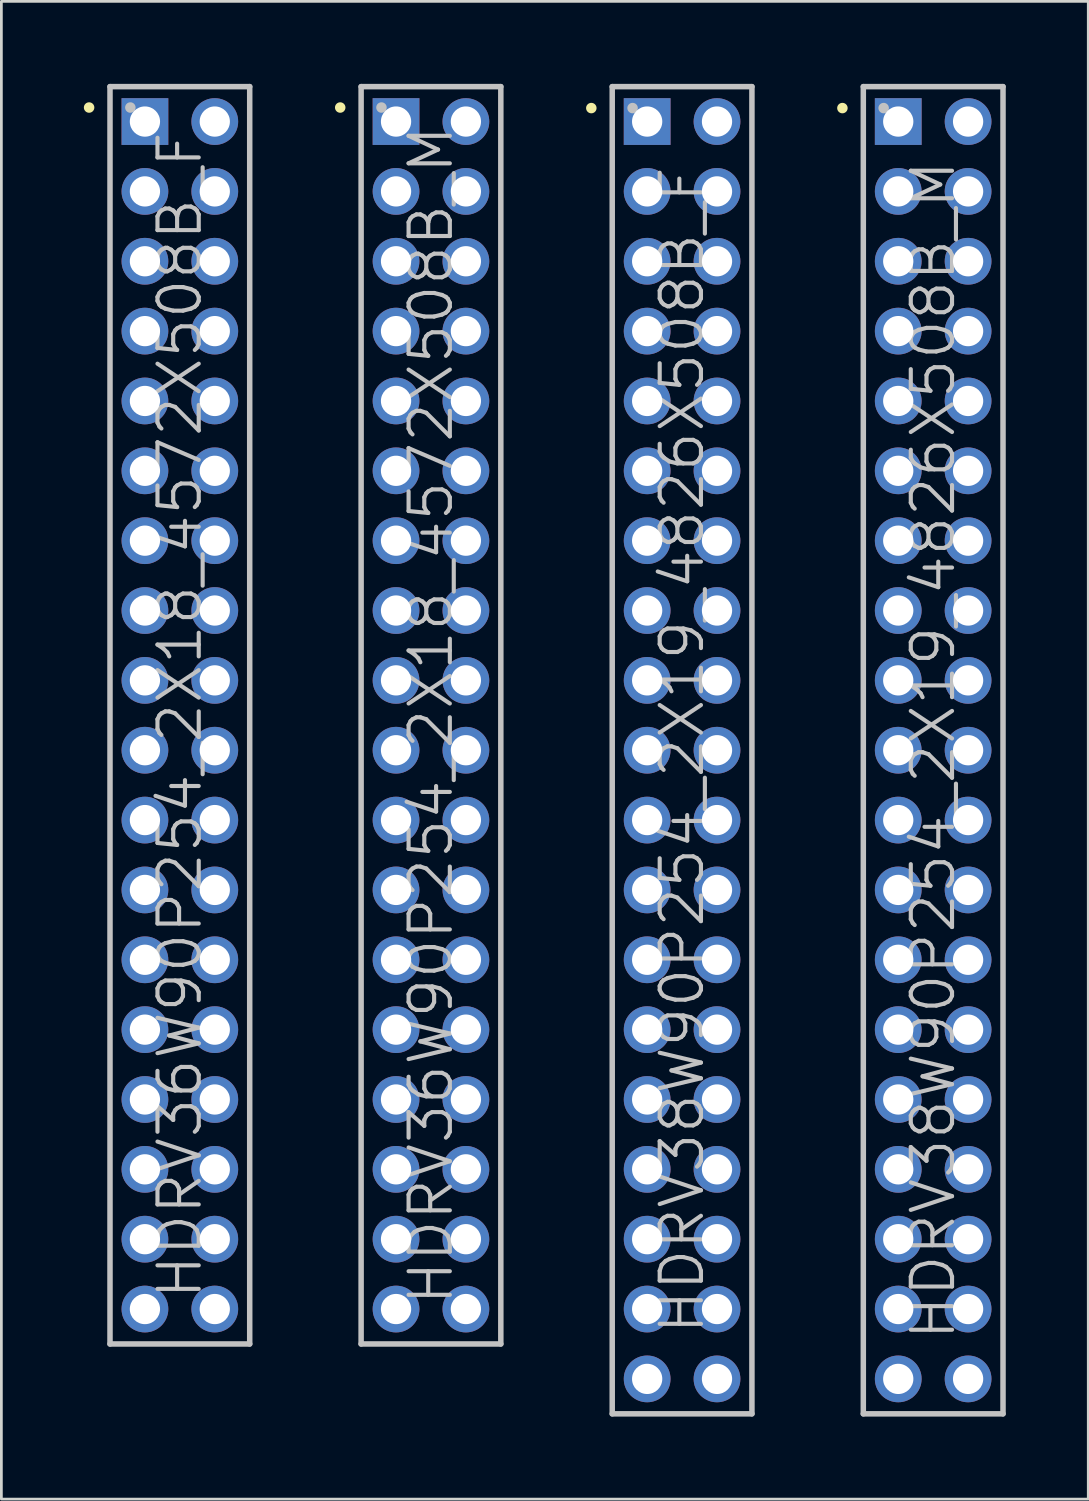
<source format=kicad_pcb>
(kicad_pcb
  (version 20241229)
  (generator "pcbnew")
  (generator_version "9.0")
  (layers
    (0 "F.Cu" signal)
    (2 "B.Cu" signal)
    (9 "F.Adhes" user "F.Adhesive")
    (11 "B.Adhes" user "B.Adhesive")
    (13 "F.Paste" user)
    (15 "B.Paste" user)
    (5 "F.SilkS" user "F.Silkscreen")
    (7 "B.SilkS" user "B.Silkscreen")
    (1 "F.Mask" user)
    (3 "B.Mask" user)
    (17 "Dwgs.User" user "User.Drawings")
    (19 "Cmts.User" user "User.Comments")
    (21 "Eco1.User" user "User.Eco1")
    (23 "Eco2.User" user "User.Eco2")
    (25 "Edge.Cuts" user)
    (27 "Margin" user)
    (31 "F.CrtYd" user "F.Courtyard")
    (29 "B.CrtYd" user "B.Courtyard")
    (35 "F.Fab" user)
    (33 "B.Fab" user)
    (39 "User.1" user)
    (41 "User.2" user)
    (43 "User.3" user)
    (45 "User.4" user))
  (footprint "HDRV36W90P254_2X18_4572X508B_M"
    (layer "F.Cu")
    (at 12.621 22.96)
    (property "Reference" "HDRV36W90P254_2X18_4572X508B_M" (at 0 0 90) (layer "Dwgs.User") (effects (font (size 1.5 1.5) (thickness 0.15))))
    (attr through_hole)
    (fp_line (start -3.3 -22.1) (end -3.3 -22.1) (stroke (width 0.381) (type solid)) (layer "F.SilkS"))
    (fp_line (start -2.54 -22.86) (end -2.54 22.86) (stroke (width 0.2) (type solid)) (layer "Dwgs.User"))
    (fp_line (start -2.54 -22.86) (end 2.54 -22.86) (stroke (width 0.2) (type solid)) (layer "Dwgs.User"))
    (fp_line (start -2.54 22.86) (end 2.54 22.86) (stroke (width 0.2) (type solid)) (layer "Dwgs.User"))
    (fp_line (start -1.8 -22.1) (end -1.8 -22.1) (stroke (width 0.381) (type solid)) (layer "Dwgs.User"))
    (fp_line (start 2.54 -22.86) (end 2.54 22.86) (stroke (width 0.2) (type solid)) (layer "Dwgs.User"))
    (pad "1" thru_hole rect (at -1.27 -21.59) (size 1.7 1.7) (drill 1.1) (layers "*.Cu" "*.Mask"))
    (pad "2" thru_hole circle (at 1.27 -21.59 270) (size 1.7 1.7) (drill 1.1) (layers "*.Cu" "*.Mask"))
    (pad "3" thru_hole circle (at -1.27 -19.05 270) (size 1.7 1.7) (drill 1.1) (layers "*.Cu" "*.Mask"))
    (pad "4" thru_hole circle (at 1.27 -19.05 270) (size 1.7 1.7) (drill 1.1) (layers "*.Cu" "*.Mask"))
    (pad "5" thru_hole circle (at -1.27 -16.51 270) (size 1.7 1.7) (drill 1.1) (layers "*.Cu" "*.Mask"))
    (pad "6" thru_hole circle (at 1.27 -16.51 270) (size 1.7 1.7) (drill 1.1) (layers "*.Cu" "*.Mask"))
    (pad "7" thru_hole circle (at -1.27 -13.97 270) (size 1.7 1.7) (drill 1.1) (layers "*.Cu" "*.Mask"))
    (pad "8" thru_hole circle (at 1.27 -13.97 270) (size 1.7 1.7) (drill 1.1) (layers "*.Cu" "*.Mask"))
    (pad "9" thru_hole circle (at -1.27 -11.43 270) (size 1.7 1.7) (drill 1.1) (layers "*.Cu" "*.Mask"))
    (pad "10" thru_hole circle (at 1.27 -11.43 270) (size 1.7 1.7) (drill 1.1) (layers "*.Cu" "*.Mask"))
    (pad "11" thru_hole circle (at -1.27 -8.89 270) (size 1.7 1.7) (drill 1.1) (layers "*.Cu" "*.Mask"))
    (pad "12" thru_hole circle (at 1.27 -8.89 270) (size 1.7 1.7) (drill 1.1) (layers "*.Cu" "*.Mask"))
    (pad "13" thru_hole circle (at -1.27 -6.35 270) (size 1.7 1.7) (drill 1.1) (layers "*.Cu" "*.Mask"))
    (pad "14" thru_hole circle (at 1.27 -6.35 270) (size 1.7 1.7) (drill 1.1) (layers "*.Cu" "*.Mask"))
    (pad "15" thru_hole circle (at -1.27 -3.81 270) (size 1.7 1.7) (drill 1.1) (layers "*.Cu" "*.Mask"))
    (pad "16" thru_hole circle (at 1.27 -3.81 270) (size 1.7 1.7) (drill 1.1) (layers "*.Cu" "*.Mask"))
    (pad "17" thru_hole circle (at -1.27 -1.27 270) (size 1.7 1.7) (drill 1.1) (layers "*.Cu" "*.Mask"))
    (pad "18" thru_hole circle (at 1.27 -1.27 270) (size 1.7 1.7) (drill 1.1) (layers "*.Cu" "*.Mask"))
    (pad "19" thru_hole circle (at -1.27 1.27 270) (size 1.7 1.7) (drill 1.1) (layers "*.Cu" "*.Mask"))
    (pad "20" thru_hole circle (at 1.27 1.27 270) (size 1.7 1.7) (drill 1.1) (layers "*.Cu" "*.Mask"))
    (pad "21" thru_hole circle (at -1.27 3.81 270) (size 1.7 1.7) (drill 1.1) (layers "*.Cu" "*.Mask"))
    (pad "22" thru_hole circle (at 1.27 3.81 270) (size 1.7 1.7) (drill 1.1) (layers "*.Cu" "*.Mask"))
    (pad "23" thru_hole circle (at -1.27 6.35 270) (size 1.7 1.7) (drill 1.1) (layers "*.Cu" "*.Mask"))
    (pad "24" thru_hole circle (at 1.27 6.35 270) (size 1.7 1.7) (drill 1.1) (layers "*.Cu" "*.Mask"))
    (pad "25" thru_hole circle (at -1.27 8.89 270) (size 1.7 1.7) (drill 1.1) (layers "*.Cu" "*.Mask"))
    (pad "26" thru_hole circle (at 1.27 8.89 270) (size 1.7 1.7) (drill 1.1) (layers "*.Cu" "*.Mask"))
    (pad "27" thru_hole circle (at -1.27 11.43 270) (size 1.7 1.7) (drill 1.1) (layers "*.Cu" "*.Mask"))
    (pad "28" thru_hole circle (at 1.27 11.43 270) (size 1.7 1.7) (drill 1.1) (layers "*.Cu" "*.Mask"))
    (pad "29" thru_hole circle (at -1.27 13.97 270) (size 1.7 1.7) (drill 1.1) (layers "*.Cu" "*.Mask"))
    (pad "30" thru_hole circle (at 1.27 13.97 270) (size 1.7 1.7) (drill 1.1) (layers "*.Cu" "*.Mask"))
    (pad "31" thru_hole circle (at -1.27 16.51 270) (size 1.7 1.7) (drill 1.1) (layers "*.Cu" "*.Mask"))
    (pad "32" thru_hole circle (at 1.27 16.51 270) (size 1.7 1.7) (drill 1.1) (layers "*.Cu" "*.Mask"))
    (pad "33" thru_hole circle (at -1.27 19.05 270) (size 1.7 1.7) (drill 1.1) (layers "*.Cu" "*.Mask"))
    (pad "34" thru_hole circle (at 1.27 19.05 270) (size 1.7 1.7) (drill 1.1) (layers "*.Cu" "*.Mask"))
    (pad "35" thru_hole circle (at -1.27 21.59 270) (size 1.7 1.7) (drill 1.1) (layers "*.Cu" "*.Mask"))
    (pad "36" thru_hole circle (at 1.27 21.59 270) (size 1.7 1.7) (drill 1.1) (layers "*.Cu" "*.Mask")))
  (footprint "HDRV36W90P254_2X18_4572X508B_F"
    (layer "F.Cu")
    (at 3.49 22.96)
    (property "Reference" "HDRV36W90P254_2X18_4572X508B_F" (at 0 0 90) (layer "Dwgs.User") (effects (font (size 1.5 1.5) (thickness 0.15))))
    (attr through_hole)
    (fp_line (start -3.3 -22.1) (end -3.3 -22.1) (stroke (width 0.381) (type solid)) (layer "F.SilkS"))
    (fp_line (start -2.54 -22.86) (end -2.54 22.86) (stroke (width 0.2) (type solid)) (layer "Dwgs.User"))
    (fp_line (start -2.54 -22.86) (end 2.54 -22.86) (stroke (width 0.2) (type solid)) (layer "Dwgs.User"))
    (fp_line (start -2.54 22.86) (end 2.54 22.86) (stroke (width 0.2) (type solid)) (layer "Dwgs.User"))
    (fp_line (start -1.8 -22.1) (end -1.8 -22.1) (stroke (width 0.381) (type solid)) (layer "Dwgs.User"))
    (fp_line (start 2.54 -22.86) (end 2.54 22.86) (stroke (width 0.2) (type solid)) (layer "Dwgs.User"))
    (pad "1" thru_hole rect (at -1.27 -21.59) (size 1.7 1.7) (drill 1.1) (layers "*.Cu" "*.Mask"))
    (pad "2" thru_hole circle (at 1.27 -21.59 270) (size 1.7 1.7) (drill 1.1) (layers "*.Cu" "*.Mask"))
    (pad "3" thru_hole circle (at -1.27 -19.05 270) (size 1.7 1.7) (drill 1.1) (layers "*.Cu" "*.Mask"))
    (pad "4" thru_hole circle (at 1.27 -19.05 270) (size 1.7 1.7) (drill 1.1) (layers "*.Cu" "*.Mask"))
    (pad "5" thru_hole circle (at -1.27 -16.51 270) (size 1.7 1.7) (drill 1.1) (layers "*.Cu" "*.Mask"))
    (pad "6" thru_hole circle (at 1.27 -16.51 270) (size 1.7 1.7) (drill 1.1) (layers "*.Cu" "*.Mask"))
    (pad "7" thru_hole circle (at -1.27 -13.97 270) (size 1.7 1.7) (drill 1.1) (layers "*.Cu" "*.Mask"))
    (pad "8" thru_hole circle (at 1.27 -13.97 270) (size 1.7 1.7) (drill 1.1) (layers "*.Cu" "*.Mask"))
    (pad "9" thru_hole circle (at -1.27 -11.43 270) (size 1.7 1.7) (drill 1.1) (layers "*.Cu" "*.Mask"))
    (pad "10" thru_hole circle (at 1.27 -11.43 270) (size 1.7 1.7) (drill 1.1) (layers "*.Cu" "*.Mask"))
    (pad "11" thru_hole circle (at -1.27 -8.89 270) (size 1.7 1.7) (drill 1.1) (layers "*.Cu" "*.Mask"))
    (pad "12" thru_hole circle (at 1.27 -8.89 270) (size 1.7 1.7) (drill 1.1) (layers "*.Cu" "*.Mask"))
    (pad "13" thru_hole circle (at -1.27 -6.35 270) (size 1.7 1.7) (drill 1.1) (layers "*.Cu" "*.Mask"))
    (pad "14" thru_hole circle (at 1.27 -6.35 270) (size 1.7 1.7) (drill 1.1) (layers "*.Cu" "*.Mask"))
    (pad "15" thru_hole circle (at -1.27 -3.81 270) (size 1.7 1.7) (drill 1.1) (layers "*.Cu" "*.Mask"))
    (pad "16" thru_hole circle (at 1.27 -3.81 270) (size 1.7 1.7) (drill 1.1) (layers "*.Cu" "*.Mask"))
    (pad "17" thru_hole circle (at -1.27 -1.27 270) (size 1.7 1.7) (drill 1.1) (layers "*.Cu" "*.Mask"))
    (pad "18" thru_hole circle (at 1.27 -1.27 270) (size 1.7 1.7) (drill 1.1) (layers "*.Cu" "*.Mask"))
    (pad "19" thru_hole circle (at -1.27 1.27 270) (size 1.7 1.7) (drill 1.1) (layers "*.Cu" "*.Mask"))
    (pad "20" thru_hole circle (at 1.27 1.27 270) (size 1.7 1.7) (drill 1.1) (layers "*.Cu" "*.Mask"))
    (pad "21" thru_hole circle (at -1.27 3.81 270) (size 1.7 1.7) (drill 1.1) (layers "*.Cu" "*.Mask"))
    (pad "22" thru_hole circle (at 1.27 3.81 270) (size 1.7 1.7) (drill 1.1) (layers "*.Cu" "*.Mask"))
    (pad "23" thru_hole circle (at -1.27 6.35 270) (size 1.7 1.7) (drill 1.1) (layers "*.Cu" "*.Mask"))
    (pad "24" thru_hole circle (at 1.27 6.35 270) (size 1.7 1.7) (drill 1.1) (layers "*.Cu" "*.Mask"))
    (pad "25" thru_hole circle (at -1.27 8.89 270) (size 1.7 1.7) (drill 1.1) (layers "*.Cu" "*.Mask"))
    (pad "26" thru_hole circle (at 1.27 8.89 270) (size 1.7 1.7) (drill 1.1) (layers "*.Cu" "*.Mask"))
    (pad "27" thru_hole circle (at -1.27 11.43 270) (size 1.7 1.7) (drill 1.1) (layers "*.Cu" "*.Mask"))
    (pad "28" thru_hole circle (at 1.27 11.43 270) (size 1.7 1.7) (drill 1.1) (layers "*.Cu" "*.Mask"))
    (pad "29" thru_hole circle (at -1.27 13.97 270) (size 1.7 1.7) (drill 1.1) (layers "*.Cu" "*.Mask"))
    (pad "30" thru_hole circle (at 1.27 13.97 270) (size 1.7 1.7) (drill 1.1) (layers "*.Cu" "*.Mask"))
    (pad "31" thru_hole circle (at -1.27 16.51 270) (size 1.7 1.7) (drill 1.1) (layers "*.Cu" "*.Mask"))
    (pad "32" thru_hole circle (at 1.27 16.51 270) (size 1.7 1.7) (drill 1.1) (layers "*.Cu" "*.Mask"))
    (pad "33" thru_hole circle (at -1.27 19.05 270) (size 1.7 1.7) (drill 1.1) (layers "*.Cu" "*.Mask"))
    (pad "34" thru_hole circle (at 1.27 19.05 270) (size 1.7 1.7) (drill 1.1) (layers "*.Cu" "*.Mask"))
    (pad "35" thru_hole circle (at -1.27 21.59 270) (size 1.7 1.7) (drill 1.1) (layers "*.Cu" "*.Mask"))
    (pad "36" thru_hole circle (at 1.27 21.59 270) (size 1.7 1.7) (drill 1.1) (layers "*.Cu" "*.Mask")))
  (footprint "HDRV38W90P254_2X19_4826X508B_M"
    (layer "F.Cu")
    (at 30.882 24.23)
    (property "Reference" "HDRV38W90P254_2X19_4826X508B_M" (at 0 0 90) (layer "Dwgs.User") (effects (font (size 1.5 1.5) (thickness 0.15))))
    (attr through_hole)
    (fp_line (start -3.3 -23.35) (end -3.3 -23.35) (stroke (width 0.381) (type solid)) (layer "F.SilkS"))
    (fp_line (start -2.54 -24.13) (end -2.54 24.13) (stroke (width 0.2) (type solid)) (layer "Dwgs.User"))
    (fp_line (start -2.54 -24.13) (end 2.54 -24.13) (stroke (width 0.2) (type solid)) (layer "Dwgs.User"))
    (fp_line (start -2.54 24.13) (end 2.54 24.13) (stroke (width 0.2) (type solid)) (layer "Dwgs.User"))
    (fp_line (start -1.8 -23.35) (end -1.8 -23.35) (stroke (width 0.381) (type solid)) (layer "Dwgs.User"))
    (fp_line (start 2.54 -24.13) (end 2.54 24.13) (stroke (width 0.2) (type solid)) (layer "Dwgs.User"))
    (pad "1" thru_hole rect (at -1.27 -22.86) (size 1.7 1.7) (drill 1.1) (layers "*.Cu" "*.Mask"))
    (pad "2" thru_hole circle (at 1.27 -22.86 270) (size 1.7 1.7) (drill 1.1) (layers "*.Cu" "*.Mask"))
    (pad "3" thru_hole circle (at -1.27 -20.32 270) (size 1.7 1.7) (drill 1.1) (layers "*.Cu" "*.Mask"))
    (pad "4" thru_hole circle (at 1.27 -20.32 270) (size 1.7 1.7) (drill 1.1) (layers "*.Cu" "*.Mask"))
    (pad "5" thru_hole circle (at -1.27 -17.78 270) (size 1.7 1.7) (drill 1.1) (layers "*.Cu" "*.Mask"))
    (pad "6" thru_hole circle (at 1.27 -17.78 270) (size 1.7 1.7) (drill 1.1) (layers "*.Cu" "*.Mask"))
    (pad "7" thru_hole circle (at -1.27 -15.24 270) (size 1.7 1.7) (drill 1.1) (layers "*.Cu" "*.Mask"))
    (pad "8" thru_hole circle (at 1.27 -15.24 270) (size 1.7 1.7) (drill 1.1) (layers "*.Cu" "*.Mask"))
    (pad "9" thru_hole circle (at -1.27 -12.7 270) (size 1.7 1.7) (drill 1.1) (layers "*.Cu" "*.Mask"))
    (pad "10" thru_hole circle (at 1.27 -12.7 270) (size 1.7 1.7) (drill 1.1) (layers "*.Cu" "*.Mask"))
    (pad "11" thru_hole circle (at -1.27 -10.16 270) (size 1.7 1.7) (drill 1.1) (layers "*.Cu" "*.Mask"))
    (pad "12" thru_hole circle (at 1.27 -10.16 270) (size 1.7 1.7) (drill 1.1) (layers "*.Cu" "*.Mask"))
    (pad "13" thru_hole circle (at -1.27 -7.62 270) (size 1.7 1.7) (drill 1.1) (layers "*.Cu" "*.Mask"))
    (pad "14" thru_hole circle (at 1.27 -7.62 270) (size 1.7 1.7) (drill 1.1) (layers "*.Cu" "*.Mask"))
    (pad "15" thru_hole circle (at -1.27 -5.08 270) (size 1.7 1.7) (drill 1.1) (layers "*.Cu" "*.Mask"))
    (pad "16" thru_hole circle (at 1.27 -5.08 270) (size 1.7 1.7) (drill 1.1) (layers "*.Cu" "*.Mask"))
    (pad "17" thru_hole circle (at -1.27 -2.54 270) (size 1.7 1.7) (drill 1.1) (layers "*.Cu" "*.Mask"))
    (pad "18" thru_hole circle (at 1.27 -2.54 270) (size 1.7 1.7) (drill 1.1) (layers "*.Cu" "*.Mask"))
    (pad "19" thru_hole circle (at -1.27 0 270) (size 1.7 1.7) (drill 1.1) (layers "*.Cu" "*.Mask"))
    (pad "20" thru_hole circle (at 1.27 0 270) (size 1.7 1.7) (drill 1.1) (layers "*.Cu" "*.Mask"))
    (pad "21" thru_hole circle (at -1.27 2.54 270) (size 1.7 1.7) (drill 1.1) (layers "*.Cu" "*.Mask"))
    (pad "22" thru_hole circle (at 1.27 2.54 270) (size 1.7 1.7) (drill 1.1) (layers "*.Cu" "*.Mask"))
    (pad "23" thru_hole circle (at -1.27 5.08 270) (size 1.7 1.7) (drill 1.1) (layers "*.Cu" "*.Mask"))
    (pad "24" thru_hole circle (at 1.27 5.08 270) (size 1.7 1.7) (drill 1.1) (layers "*.Cu" "*.Mask"))
    (pad "25" thru_hole circle (at -1.27 7.62 270) (size 1.7 1.7) (drill 1.1) (layers "*.Cu" "*.Mask"))
    (pad "26" thru_hole circle (at 1.27 7.62 270) (size 1.7 1.7) (drill 1.1) (layers "*.Cu" "*.Mask"))
    (pad "27" thru_hole circle (at -1.27 10.16 270) (size 1.7 1.7) (drill 1.1) (layers "*.Cu" "*.Mask"))
    (pad "28" thru_hole circle (at 1.27 10.16 270) (size 1.7 1.7) (drill 1.1) (layers "*.Cu" "*.Mask"))
    (pad "29" thru_hole circle (at -1.27 12.7 270) (size 1.7 1.7) (drill 1.1) (layers "*.Cu" "*.Mask"))
    (pad "30" thru_hole circle (at 1.27 12.7 270) (size 1.7 1.7) (drill 1.1) (layers "*.Cu" "*.Mask"))
    (pad "31" thru_hole circle (at -1.27 15.24 270) (size 1.7 1.7) (drill 1.1) (layers "*.Cu" "*.Mask"))
    (pad "32" thru_hole circle (at 1.27 15.24 270) (size 1.7 1.7) (drill 1.1) (layers "*.Cu" "*.Mask"))
    (pad "33" thru_hole circle (at -1.27 17.78 270) (size 1.7 1.7) (drill 1.1) (layers "*.Cu" "*.Mask"))
    (pad "34" thru_hole circle (at 1.27 17.78 270) (size 1.7 1.7) (drill 1.1) (layers "*.Cu" "*.Mask"))
    (pad "35" thru_hole circle (at -1.27 20.32 270) (size 1.7 1.7) (drill 1.1) (layers "*.Cu" "*.Mask"))
    (pad "36" thru_hole circle (at 1.27 20.32 270) (size 1.7 1.7) (drill 1.1) (layers "*.Cu" "*.Mask"))
    (pad "37" thru_hole circle (at -1.27 22.86 270) (size 1.7 1.7) (drill 1.1) (layers "*.Cu" "*.Mask"))
    (pad "38" thru_hole circle (at 1.27 22.86 270) (size 1.7 1.7) (drill 1.1) (layers "*.Cu" "*.Mask")))
  (footprint "HDRV38W90P254_2X19_4826X508B_F"
    (layer "F.Cu")
    (at 21.752 24.23)
    (property "Reference" "HDRV38W90P254_2X19_4826X508B_F" (at 0 0 90) (layer "Dwgs.User") (effects (font (size 1.5 1.5) (thickness 0.15))))
    (attr through_hole)
    (fp_line (start -3.3 -23.35) (end -3.3 -23.35) (stroke (width 0.381) (type solid)) (layer "F.SilkS"))
    (fp_line (start -2.54 -24.13) (end -2.54 24.13) (stroke (width 0.2) (type solid)) (layer "Dwgs.User"))
    (fp_line (start -2.54 -24.13) (end 2.54 -24.13) (stroke (width 0.2) (type solid)) (layer "Dwgs.User"))
    (fp_line (start -2.54 24.13) (end 2.54 24.13) (stroke (width 0.2) (type solid)) (layer "Dwgs.User"))
    (fp_line (start -1.8 -23.35) (end -1.8 -23.35) (stroke (width 0.381) (type solid)) (layer "Dwgs.User"))
    (fp_line (start 2.54 -24.13) (end 2.54 24.13) (stroke (width 0.2) (type solid)) (layer "Dwgs.User"))
    (pad "1" thru_hole rect (at -1.27 -22.86) (size 1.7 1.7) (drill 1.1) (layers "*.Cu" "*.Mask"))
    (pad "2" thru_hole circle (at 1.27 -22.86 270) (size 1.7 1.7) (drill 1.1) (layers "*.Cu" "*.Mask"))
    (pad "3" thru_hole circle (at -1.27 -20.32 270) (size 1.7 1.7) (drill 1.1) (layers "*.Cu" "*.Mask"))
    (pad "4" thru_hole circle (at 1.27 -20.32 270) (size 1.7 1.7) (drill 1.1) (layers "*.Cu" "*.Mask"))
    (pad "5" thru_hole circle (at -1.27 -17.78 270) (size 1.7 1.7) (drill 1.1) (layers "*.Cu" "*.Mask"))
    (pad "6" thru_hole circle (at 1.27 -17.78 270) (size 1.7 1.7) (drill 1.1) (layers "*.Cu" "*.Mask"))
    (pad "7" thru_hole circle (at -1.27 -15.24 270) (size 1.7 1.7) (drill 1.1) (layers "*.Cu" "*.Mask"))
    (pad "8" thru_hole circle (at 1.27 -15.24 270) (size 1.7 1.7) (drill 1.1) (layers "*.Cu" "*.Mask"))
    (pad "9" thru_hole circle (at -1.27 -12.7 270) (size 1.7 1.7) (drill 1.1) (layers "*.Cu" "*.Mask"))
    (pad "10" thru_hole circle (at 1.27 -12.7 270) (size 1.7 1.7) (drill 1.1) (layers "*.Cu" "*.Mask"))
    (pad "11" thru_hole circle (at -1.27 -10.16 270) (size 1.7 1.7) (drill 1.1) (layers "*.Cu" "*.Mask"))
    (pad "12" thru_hole circle (at 1.27 -10.16 270) (size 1.7 1.7) (drill 1.1) (layers "*.Cu" "*.Mask"))
    (pad "13" thru_hole circle (at -1.27 -7.62 270) (size 1.7 1.7) (drill 1.1) (layers "*.Cu" "*.Mask"))
    (pad "14" thru_hole circle (at 1.27 -7.62 270) (size 1.7 1.7) (drill 1.1) (layers "*.Cu" "*.Mask"))
    (pad "15" thru_hole circle (at -1.27 -5.08 270) (size 1.7 1.7) (drill 1.1) (layers "*.Cu" "*.Mask"))
    (pad "16" thru_hole circle (at 1.27 -5.08 270) (size 1.7 1.7) (drill 1.1) (layers "*.Cu" "*.Mask"))
    (pad "17" thru_hole circle (at -1.27 -2.54 270) (size 1.7 1.7) (drill 1.1) (layers "*.Cu" "*.Mask"))
    (pad "18" thru_hole circle (at 1.27 -2.54 270) (size 1.7 1.7) (drill 1.1) (layers "*.Cu" "*.Mask"))
    (pad "19" thru_hole circle (at -1.27 0 270) (size 1.7 1.7) (drill 1.1) (layers "*.Cu" "*.Mask"))
    (pad "20" thru_hole circle (at 1.27 0 270) (size 1.7 1.7) (drill 1.1) (layers "*.Cu" "*.Mask"))
    (pad "21" thru_hole circle (at -1.27 2.54 270) (size 1.7 1.7) (drill 1.1) (layers "*.Cu" "*.Mask"))
    (pad "22" thru_hole circle (at 1.27 2.54 270) (size 1.7 1.7) (drill 1.1) (layers "*.Cu" "*.Mask"))
    (pad "23" thru_hole circle (at -1.27 5.08 270) (size 1.7 1.7) (drill 1.1) (layers "*.Cu" "*.Mask"))
    (pad "24" thru_hole circle (at 1.27 5.08 270) (size 1.7 1.7) (drill 1.1) (layers "*.Cu" "*.Mask"))
    (pad "25" thru_hole circle (at -1.27 7.62 270) (size 1.7 1.7) (drill 1.1) (layers "*.Cu" "*.Mask"))
    (pad "26" thru_hole circle (at 1.27 7.62 270) (size 1.7 1.7) (drill 1.1) (layers "*.Cu" "*.Mask"))
    (pad "27" thru_hole circle (at -1.27 10.16 270) (size 1.7 1.7) (drill 1.1) (layers "*.Cu" "*.Mask"))
    (pad "28" thru_hole circle (at 1.27 10.16 270) (size 1.7 1.7) (drill 1.1) (layers "*.Cu" "*.Mask"))
    (pad "29" thru_hole circle (at -1.27 12.7 270) (size 1.7 1.7) (drill 1.1) (layers "*.Cu" "*.Mask"))
    (pad "30" thru_hole circle (at 1.27 12.7 270) (size 1.7 1.7) (drill 1.1) (layers "*.Cu" "*.Mask"))
    (pad "31" thru_hole circle (at -1.27 15.24 270) (size 1.7 1.7) (drill 1.1) (layers "*.Cu" "*.Mask"))
    (pad "32" thru_hole circle (at 1.27 15.24 270) (size 1.7 1.7) (drill 1.1) (layers "*.Cu" "*.Mask"))
    (pad "33" thru_hole circle (at -1.27 17.78 270) (size 1.7 1.7) (drill 1.1) (layers "*.Cu" "*.Mask"))
    (pad "34" thru_hole circle (at 1.27 17.78 270) (size 1.7 1.7) (drill 1.1) (layers "*.Cu" "*.Mask"))
    (pad "35" thru_hole circle (at -1.27 20.32 270) (size 1.7 1.7) (drill 1.1) (layers "*.Cu" "*.Mask"))
    (pad "36" thru_hole circle (at 1.27 20.32 270) (size 1.7 1.7) (drill 1.1) (layers "*.Cu" "*.Mask"))
    (pad "37" thru_hole circle (at -1.27 22.86 270) (size 1.7 1.7) (drill 1.1) (layers "*.Cu" "*.Mask"))
    (pad "38" thru_hole circle (at 1.27 22.86 270) (size 1.7 1.7) (drill 1.1) (layers "*.Cu" "*.Mask")))
  (gr_rect
    (start -3 -3)
    (end 36.522 51.46)
    (stroke (width 0.1) (type default))
    (fill no)
    (layer "Edge.Cuts")))
</source>
